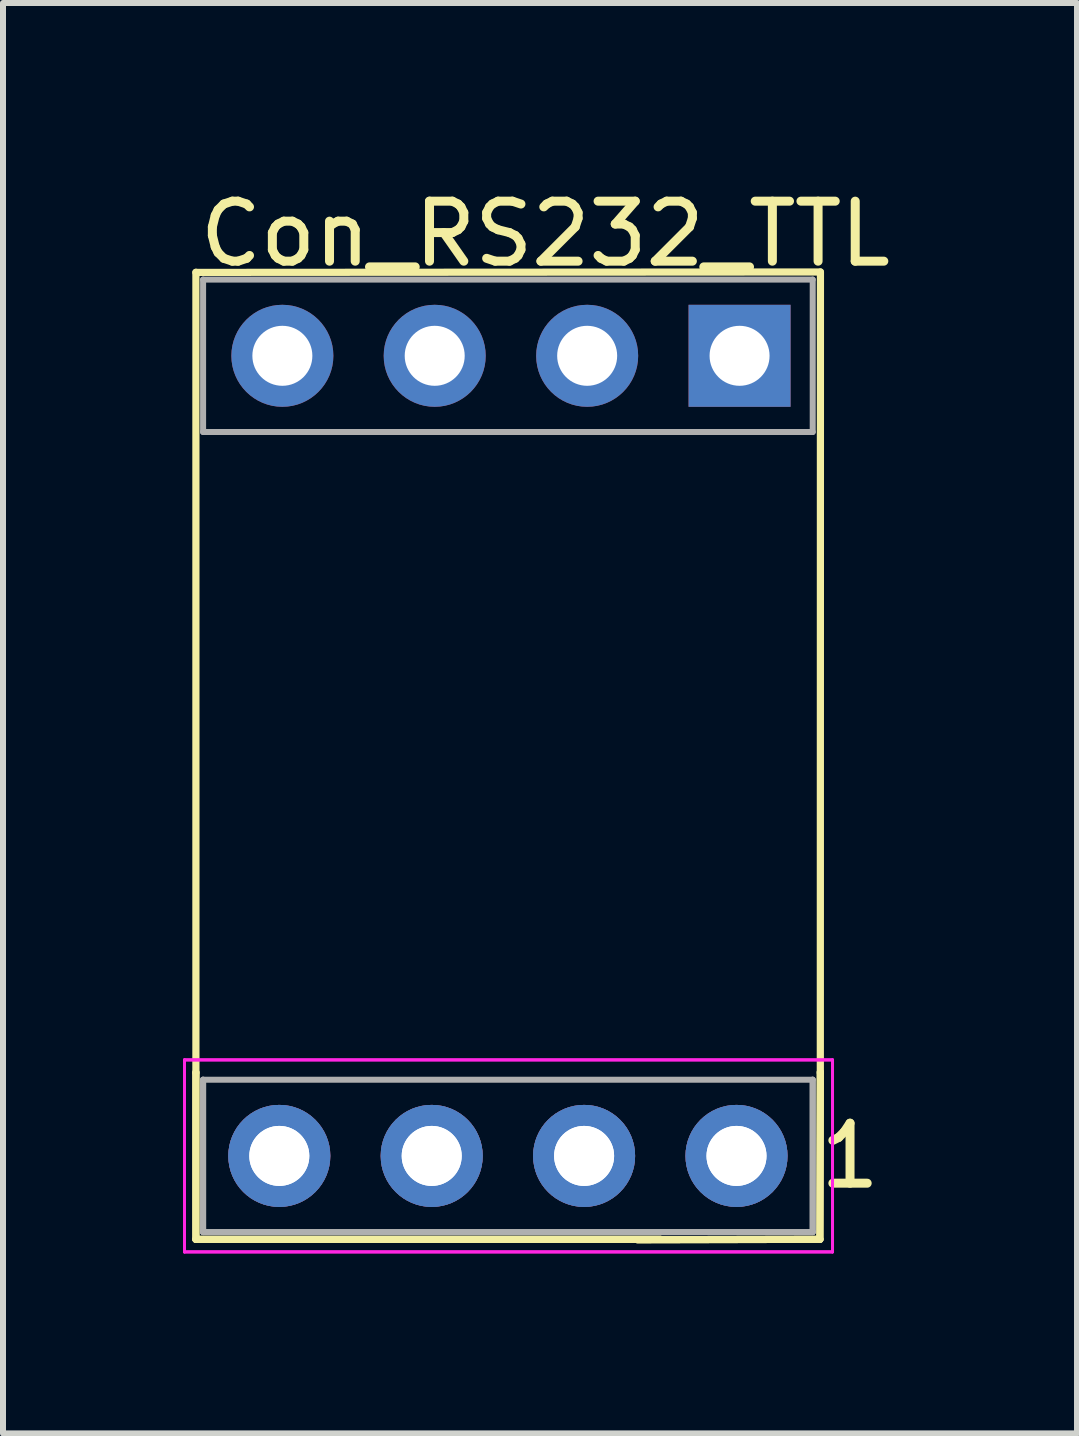
<source format=kicad_pcb>
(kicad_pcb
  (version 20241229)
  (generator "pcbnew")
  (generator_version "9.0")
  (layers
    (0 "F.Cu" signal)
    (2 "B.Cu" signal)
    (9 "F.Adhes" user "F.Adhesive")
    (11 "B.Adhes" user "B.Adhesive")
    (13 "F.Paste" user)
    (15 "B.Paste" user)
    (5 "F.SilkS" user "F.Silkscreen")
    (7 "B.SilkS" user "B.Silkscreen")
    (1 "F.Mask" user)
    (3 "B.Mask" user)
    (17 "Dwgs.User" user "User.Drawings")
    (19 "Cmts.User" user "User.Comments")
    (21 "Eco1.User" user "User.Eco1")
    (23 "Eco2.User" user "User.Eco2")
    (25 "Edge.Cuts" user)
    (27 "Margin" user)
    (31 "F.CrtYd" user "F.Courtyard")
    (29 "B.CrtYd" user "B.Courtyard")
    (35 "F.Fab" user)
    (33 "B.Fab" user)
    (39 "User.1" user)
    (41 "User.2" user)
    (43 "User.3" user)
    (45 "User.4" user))
  (footprint "Con_RS232_TTL"
    (layer "F.Cu")
    (at 1.592 16.215)
    (property "Reference" "Con_RS232_TTL" (at 4.445 -15.367 0) (layer "F.SilkS") (effects (font (size 1 1) (thickness 0.15))))
    (attr through_hole)
    (fp_line (start -1.377 -14.725) (end 9.03 -14.732) (stroke (width 0.12) (type solid)) (layer "F.SilkS"))
    (fp_line (start -1.377 1.39) (end -1.377 -1.39) (stroke (width 0.12) (type solid)) (layer "F.SilkS"))
    (fp_line (start -1.377 1.39) (end -1.377 -1.39) (stroke (width 0.12) (type solid)) (layer "F.SilkS"))
    (fp_line (start -1.377 -1.387) (end -1.377 -14.727) (stroke (width 0.12) (type solid)) (layer "F.SilkS"))
    (fp_line (start 5.982 1.397) (end 9.023 1.39) (stroke (width 0.12) (type solid)) (layer "F.SilkS"))
    (fp_line (start 5.982 1.397) (end 9.023 1.39) (stroke (width 0.12) (type solid)) (layer "F.SilkS"))
    (fp_line (start 6.363 1.39) (end -1.377 1.39) (stroke (width 0.12) (type solid)) (layer "F.SilkS"))
    (fp_line (start 6.363 1.39) (end -1.377 1.39) (stroke (width 0.12) (type solid)) (layer "F.SilkS"))
    (fp_line (start 9.023 1.39) (end 9.03 -1.397) (stroke (width 0.12) (type solid)) (layer "F.SilkS"))
    (fp_line (start 9.023 1.39) (end 9.03 -1.397) (stroke (width 0.12) (type solid)) (layer "F.SilkS"))
    (fp_line (start 9.03 -1.384) (end 9.032 -14.732) (stroke (width 0.12) (type solid)) (layer "F.SilkS"))
    (fp_line (start -1.567 -1.6) (end 9.233 -1.6) (stroke (width 0.05) (type solid)) (layer "F.CrtYd"))
    (fp_line (start -1.567 -1.6) (end 9.233 -1.6) (stroke (width 0.05) (type solid)) (layer "F.CrtYd"))
    (fp_line (start -1.567 1.6) (end -1.567 -1.6) (stroke (width 0.05) (type solid)) (layer "F.CrtYd"))
    (fp_line (start -1.567 1.6) (end -1.567 -1.6) (stroke (width 0.05) (type solid)) (layer "F.CrtYd"))
    (fp_line (start 9.233 -1.6) (end 9.233 1.6) (stroke (width 0.05) (type solid)) (layer "F.CrtYd"))
    (fp_line (start 9.233 -1.6) (end 9.233 1.6) (stroke (width 0.05) (type solid)) (layer "F.CrtYd"))
    (fp_line (start 9.233 1.6) (end -1.567 1.6) (stroke (width 0.05) (type solid)) (layer "F.CrtYd"))
    (fp_line (start 9.233 1.6) (end -1.567 1.6) (stroke (width 0.05) (type solid)) (layer "F.CrtYd"))
    (fp_line (start -1.257 -14.605) (end 8.903 -14.605) (stroke (width 0.1) (type solid)) (layer "F.Fab"))
    (fp_line (start -1.257 -12.065) (end -1.257 -14.605) (stroke (width 0.1) (type solid)) (layer "F.Fab"))
    (fp_line (start -1.257 -12.065) (end 8.903 -12.065) (stroke (width 0.1) (type solid)) (layer "F.Fab"))
    (fp_line (start -1.257 -1.27) (end 8.903 -1.27) (stroke (width 0.1) (type solid)) (layer "F.Fab"))
    (fp_line (start -1.257 1.27) (end -1.257 -1.27) (stroke (width 0.1) (type solid)) (layer "F.Fab"))
    (fp_line (start -1.257 1.27) (end -1.257 -1.27) (stroke (width 0.1) (type solid)) (layer "F.Fab"))
    (fp_line (start 8.903 -12.065) (end 8.903 -14.605) (stroke (width 0.1) (type solid)) (layer "F.Fab"))
    (fp_line (start 8.903 -1.27) (end 8.903 1.27) (stroke (width 0.1) (type solid)) (layer "F.Fab"))
    (fp_line (start 8.903 -1.27) (end 8.903 1.27) (stroke (width 0.1) (type solid)) (layer "F.Fab"))
    (fp_line (start 8.903 1.27) (end -1.257 1.27) (stroke (width 0.1) (type solid)) (layer "F.Fab"))
    (fp_line (start 8.903 1.27) (end -1.257 1.27) (stroke (width 0.1) (type solid)) (layer "F.Fab"))
    (fp_text user "1" (at 9.525 0 0) (layer "F.SilkS") (effects (font (size 1 1) (thickness 0.15))))
    (pad "1" thru_hole oval (at 7.633 0 270) (size 1.7 1.7) (drill 1) (layers "*.Cu" "*.Mask"))
    (pad "1" thru_hole rect (at 7.684 -13.335 270) (size 1.7 1.7) (drill 1) (layers "*.Cu" "*.Mask"))
    (pad "2" thru_hole oval (at 5.093 0 270) (size 1.7 1.7) (drill 1) (layers "*.Cu" "*.Mask"))
    (pad "2" thru_hole oval (at 5.144 -13.335 270) (size 1.7 1.7) (drill 1) (layers "*.Cu" "*.Mask"))
    (pad "3" thru_hole oval (at 2.553 0 270) (size 1.7 1.7) (drill 1) (layers "*.Cu" "*.Mask"))
    (pad "3" thru_hole oval (at 2.603 -13.335 270) (size 1.7 1.7) (drill 1) (layers "*.Cu" "*.Mask"))
    (pad "4" thru_hole circle (at 0.013 0 270) (size 1.7 1.7) (drill 1) (layers "*.Cu" "*.Mask"))
    (pad "4" thru_hole circle (at 0.064 -13.335 270) (size 1.7 1.7) (drill 1) (layers "*.Cu" "*.Mask"))
    (pad "5" thru_hole circle (at 0.013 0 270) (size 1.7 1.7) (drill 1) (layers "*.Cu" "*.Mask"))
    (pad "6" thru_hole oval (at 2.553 0 270) (size 1.7 1.7) (drill 1) (layers "*.Cu" "*.Mask"))
    (pad "7" thru_hole circle (at 5.093 0 270) (size 1.7 1.7) (drill 1) (layers "*.Cu" "*.Mask"))
    (pad "8" thru_hole oval (at 7.633 0 270) (size 1.7 1.7) (drill 1) (layers "*.Cu" "*.Mask")))
  (gr_rect
    (start -3 -3)
    (end 14.9 20.84)
    (stroke (width 0.1) (type default))
    (fill no)
    (layer "Edge.Cuts")))
</source>
